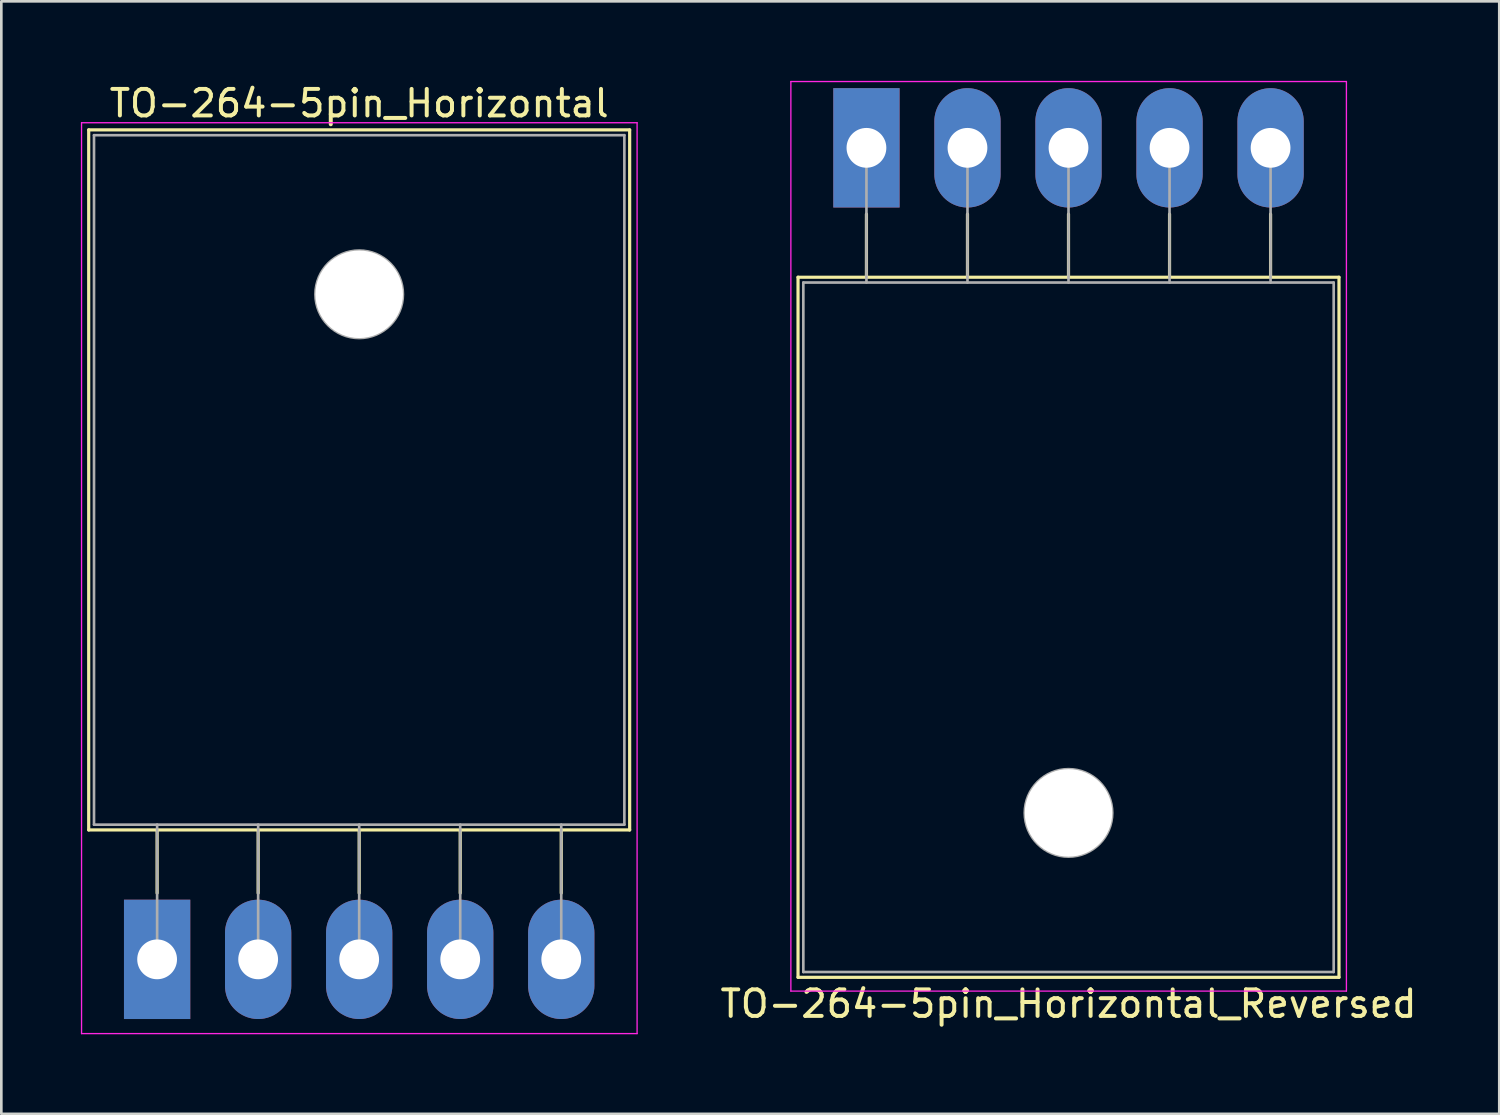
<source format=kicad_pcb>
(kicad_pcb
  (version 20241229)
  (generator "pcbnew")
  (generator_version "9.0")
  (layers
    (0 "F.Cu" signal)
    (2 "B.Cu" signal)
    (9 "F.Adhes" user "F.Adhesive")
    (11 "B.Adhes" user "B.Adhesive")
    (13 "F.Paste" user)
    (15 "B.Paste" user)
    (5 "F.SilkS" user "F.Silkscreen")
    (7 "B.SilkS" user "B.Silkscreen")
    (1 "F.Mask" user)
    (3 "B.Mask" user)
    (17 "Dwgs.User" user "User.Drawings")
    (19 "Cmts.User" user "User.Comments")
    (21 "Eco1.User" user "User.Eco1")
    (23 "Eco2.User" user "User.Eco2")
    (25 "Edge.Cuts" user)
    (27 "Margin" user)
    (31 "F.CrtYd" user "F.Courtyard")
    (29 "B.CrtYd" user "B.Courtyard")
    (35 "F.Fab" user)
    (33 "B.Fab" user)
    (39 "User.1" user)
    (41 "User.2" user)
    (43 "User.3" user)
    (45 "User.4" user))
  (footprint "TO-264-5pin_Horizontal"
    (layer "F.Cu")
    (at 2.875 33.128)
    (property "Reference" "TO-264-5pin_Horizontal" (at 7.62 -32.28 0) (layer "F.SilkS") (effects (font (size 1 1) (thickness 0.15))))
    (attr through_hole)
    (fp_line (start -2.58 -31.28) (end -2.58 -4.88) (stroke (width 0.12) (type solid)) (layer "F.SilkS"))
    (fp_line (start -2.58 -31.28) (end 17.82 -31.28) (stroke (width 0.12) (type solid)) (layer "F.SilkS"))
    (fp_line (start -2.58 -4.88) (end 17.82 -4.88) (stroke (width 0.12) (type solid)) (layer "F.SilkS"))
    (fp_line (start 0 -4.88) (end 0 -2.5) (stroke (width 0.12) (type solid)) (layer "F.SilkS"))
    (fp_line (start 3.81 -4.88) (end 3.81 -2.5) (stroke (width 0.12) (type solid)) (layer "F.SilkS"))
    (fp_line (start 7.62 -4.88) (end 7.62 -2.5) (stroke (width 0.12) (type solid)) (layer "F.SilkS"))
    (fp_line (start 11.43 -4.88) (end 11.43 -2.5) (stroke (width 0.12) (type solid)) (layer "F.SilkS"))
    (fp_line (start 15.24 -4.88) (end 15.24 -2.5) (stroke (width 0.12) (type solid)) (layer "F.SilkS"))
    (fp_line (start 17.82 -31.28) (end 17.82 -4.88) (stroke (width 0.12) (type solid)) (layer "F.SilkS"))
    (fp_line (start -2.85 -31.55) (end -2.85 2.8) (stroke (width 0.05) (type solid)) (layer "F.CrtYd"))
    (fp_line (start -2.85 2.8) (end 18.1 2.8) (stroke (width 0.05) (type solid)) (layer "F.CrtYd"))
    (fp_line (start 18.1 -31.55) (end -2.85 -31.55) (stroke (width 0.05) (type solid)) (layer "F.CrtYd"))
    (fp_line (start 18.1 2.8) (end 18.1 -31.55) (stroke (width 0.05) (type solid)) (layer "F.CrtYd"))
    (fp_line (start -2.38 -31.08) (end 17.62 -31.08) (stroke (width 0.1) (type solid)) (layer "F.Fab"))
    (fp_line (start -2.38 -5.08) (end -2.38 -31.08) (stroke (width 0.1) (type solid)) (layer "F.Fab"))
    (fp_line (start 0 -5.08) (end 0 0) (stroke (width 0.1) (type solid)) (layer "F.Fab"))
    (fp_line (start 3.81 -5.08) (end 3.81 0) (stroke (width 0.1) (type solid)) (layer "F.Fab"))
    (fp_line (start 7.62 -5.08) (end 7.62 0) (stroke (width 0.1) (type solid)) (layer "F.Fab"))
    (fp_line (start 11.43 -5.08) (end 11.43 0) (stroke (width 0.1) (type solid)) (layer "F.Fab"))
    (fp_line (start 15.24 -5.08) (end 15.24 0) (stroke (width 0.1) (type solid)) (layer "F.Fab"))
    (fp_line (start 17.62 -31.08) (end 17.62 -5.08) (stroke (width 0.1) (type solid)) (layer "F.Fab"))
    (fp_line (start 17.62 -5.08) (end -2.38 -5.08) (stroke (width 0.1) (type solid)) (layer "F.Fab"))
    (fp_circle (center 7.62 -25.08) (end 9.27 -25.08) (stroke (width 0.1) (type solid)) (fill no) (layer "F.Fab"))
    (pad "" np_thru_hole oval (at 7.62 -25.08) (size 3.3 3.3) (drill 3.3) (layers "*.Cu" "*.Mask"))
    (pad "1" thru_hole rect (at 0 0) (size 2.5 4.5) (drill 1.5) (layers "*.Cu" "*.Mask"))
    (pad "2" thru_hole oval (at 3.81 0) (size 2.5 4.5) (drill 1.5) (layers "*.Cu" "*.Mask"))
    (pad "3" thru_hole oval (at 7.62 0) (size 2.5 4.5) (drill 1.5) (layers "*.Cu" "*.Mask"))
    (pad "4" thru_hole oval (at 11.43 0) (size 2.5 4.5) (drill 1.5) (layers "*.Cu" "*.Mask"))
    (pad "5" thru_hole oval (at 15.24 0) (size 2.5 4.5) (drill 1.5) (layers "*.Cu" "*.Mask")))
  (footprint "TO-264-5pin_Horizontal_Reversed"
    (layer "F.Cu")
    (at 29.624 2.525)
    (property "Reference" "TO-264-5pin_Horizontal_Reversed" (at 7.62 32.28 0) (layer "F.SilkS") (effects (font (size 1 1) (thickness 0.15))))
    (attr through_hole)
    (fp_line (start -2.58 4.88) (end -2.58 31.28) (stroke (width 0.12) (type solid)) (layer "F.SilkS"))
    (fp_line (start -2.58 4.88) (end 17.82 4.88) (stroke (width 0.12) (type solid)) (layer "F.SilkS"))
    (fp_line (start -2.58 31.28) (end 17.82 31.28) (stroke (width 0.12) (type solid)) (layer "F.SilkS"))
    (fp_line (start 0 2.5) (end 0 4.88) (stroke (width 0.12) (type solid)) (layer "F.SilkS"))
    (fp_line (start 3.81 2.5) (end 3.81 4.88) (stroke (width 0.12) (type solid)) (layer "F.SilkS"))
    (fp_line (start 7.62 2.5) (end 7.62 4.88) (stroke (width 0.12) (type solid)) (layer "F.SilkS"))
    (fp_line (start 11.43 2.5) (end 11.43 4.88) (stroke (width 0.12) (type solid)) (layer "F.SilkS"))
    (fp_line (start 15.24 2.5) (end 15.24 4.88) (stroke (width 0.12) (type solid)) (layer "F.SilkS"))
    (fp_line (start 17.82 4.88) (end 17.82 31.28) (stroke (width 0.12) (type solid)) (layer "F.SilkS"))
    (fp_line (start -2.85 -2.5) (end -2.85 31.8) (stroke (width 0.05) (type solid)) (layer "F.CrtYd"))
    (fp_line (start -2.85 31.8) (end 18.1 31.8) (stroke (width 0.05) (type solid)) (layer "F.CrtYd"))
    (fp_line (start 18.1 -2.5) (end -2.85 -2.5) (stroke (width 0.05) (type solid)) (layer "F.CrtYd"))
    (fp_line (start 18.1 31.8) (end 18.1 -2.5) (stroke (width 0.05) (type solid)) (layer "F.CrtYd"))
    (fp_line (start -2.38 5.08) (end -2.38 31.08) (stroke (width 0.1) (type solid)) (layer "F.Fab"))
    (fp_line (start -2.38 31.08) (end 17.62 31.08) (stroke (width 0.1) (type solid)) (layer "F.Fab"))
    (fp_line (start 0 5.08) (end 0 0) (stroke (width 0.1) (type solid)) (layer "F.Fab"))
    (fp_line (start 3.81 5.08) (end 3.81 0) (stroke (width 0.1) (type solid)) (layer "F.Fab"))
    (fp_line (start 7.62 5.08) (end 7.62 0) (stroke (width 0.1) (type solid)) (layer "F.Fab"))
    (fp_line (start 11.43 5.08) (end 11.43 0) (stroke (width 0.1) (type solid)) (layer "F.Fab"))
    (fp_line (start 15.24 5.08) (end 15.24 0) (stroke (width 0.1) (type solid)) (layer "F.Fab"))
    (fp_line (start 17.62 5.08) (end -2.38 5.08) (stroke (width 0.1) (type solid)) (layer "F.Fab"))
    (fp_line (start 17.62 31.08) (end 17.62 5.08) (stroke (width 0.1) (type solid)) (layer "F.Fab"))
    (fp_circle (center 7.62 25.08) (end 9.27 25.08) (stroke (width 0.1) (type solid)) (fill no) (layer "F.Fab"))
    (pad "" np_thru_hole oval (at 7.62 25.08) (size 3.3 3.3) (drill 3.3) (layers "*.Cu" "*.Mask"))
    (pad "1" thru_hole rect (at 0 0) (size 2.5 4.5) (drill 1.5) (layers "*.Cu" "*.Mask"))
    (pad "2" thru_hole oval (at 3.81 0) (size 2.5 4.5) (drill 1.5) (layers "*.Cu" "*.Mask"))
    (pad "3" thru_hole oval (at 7.62 0) (size 2.5 4.5) (drill 1.5) (layers "*.Cu" "*.Mask"))
    (pad "4" thru_hole oval (at 11.43 0) (size 2.5 4.5) (drill 1.5) (layers "*.Cu" "*.Mask"))
    (pad "5" thru_hole oval (at 15.24 0) (size 2.5 4.5) (drill 1.5) (layers "*.Cu" "*.Mask")))
  (gr_rect
    (start -3 -3)
    (end 53.488 38.953)
    (stroke (width 0.1) (type default))
    (fill no)
    (layer "Edge.Cuts")))
</source>
